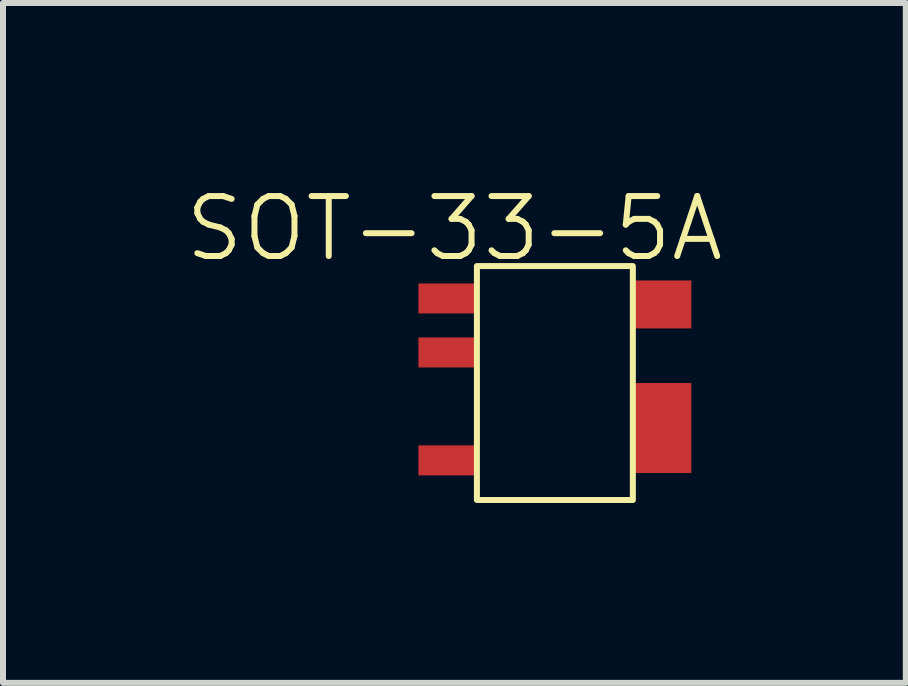
<source format=kicad_pcb>
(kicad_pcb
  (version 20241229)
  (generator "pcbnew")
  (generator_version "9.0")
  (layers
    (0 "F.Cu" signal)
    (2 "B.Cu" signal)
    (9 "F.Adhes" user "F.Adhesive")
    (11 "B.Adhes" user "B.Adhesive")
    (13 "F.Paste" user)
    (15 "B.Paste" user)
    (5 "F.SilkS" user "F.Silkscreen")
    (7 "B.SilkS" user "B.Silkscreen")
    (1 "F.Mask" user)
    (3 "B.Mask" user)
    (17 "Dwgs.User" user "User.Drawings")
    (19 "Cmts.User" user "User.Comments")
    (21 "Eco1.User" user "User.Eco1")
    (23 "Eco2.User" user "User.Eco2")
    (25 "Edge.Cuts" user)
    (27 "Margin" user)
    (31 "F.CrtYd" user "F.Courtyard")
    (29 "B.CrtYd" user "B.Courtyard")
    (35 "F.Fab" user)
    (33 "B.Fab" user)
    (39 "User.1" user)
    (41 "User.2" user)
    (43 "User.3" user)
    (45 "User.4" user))
  (footprint "SOT-33-5A"
    (layer "F.Cu")
    (at 6.201 3.336)
    (property "Reference" "SOT-33-5A" (at -1.675 -2.575 0) (unlocked yes) (layer "F.SilkS") (effects (font (size 1 1) (thickness 0.1))))
    (attr smd)
    (fp_rect (start -1.3 -1.95) (end 1.3 1.95) (stroke (width 0.1) (type default)) (fill no) (layer "F.SilkS"))
    (pad "1" smd rect (at -1.775 -1.41) (size 1 0.5) (layers "F.Cu" "F.Mask" "F.Paste"))
    (pad "2" smd rect (at -1.775 -0.51) (size 1 0.5) (layers "F.Cu" "F.Mask" "F.Paste"))
    (pad "3" smd rect (at -1.775 1.29) (size 1 0.5) (layers "F.Cu" "F.Mask" "F.Paste"))
    (pad "4" smd rect (at 1.775 0.75) (size 1 1.5) (layers "F.Cu" "F.Mask" "F.Paste"))
    (pad "5" smd rect (at 1.775 -1.31) (size 1 0.8) (layers "F.Cu" "F.Mask" "F.Paste")))
  (gr_rect
    (start -3 -3)
    (end 12.052 8.335)
    (stroke (width 0.1) (type default))
    (fill no)
    (layer "Edge.Cuts")))
</source>
